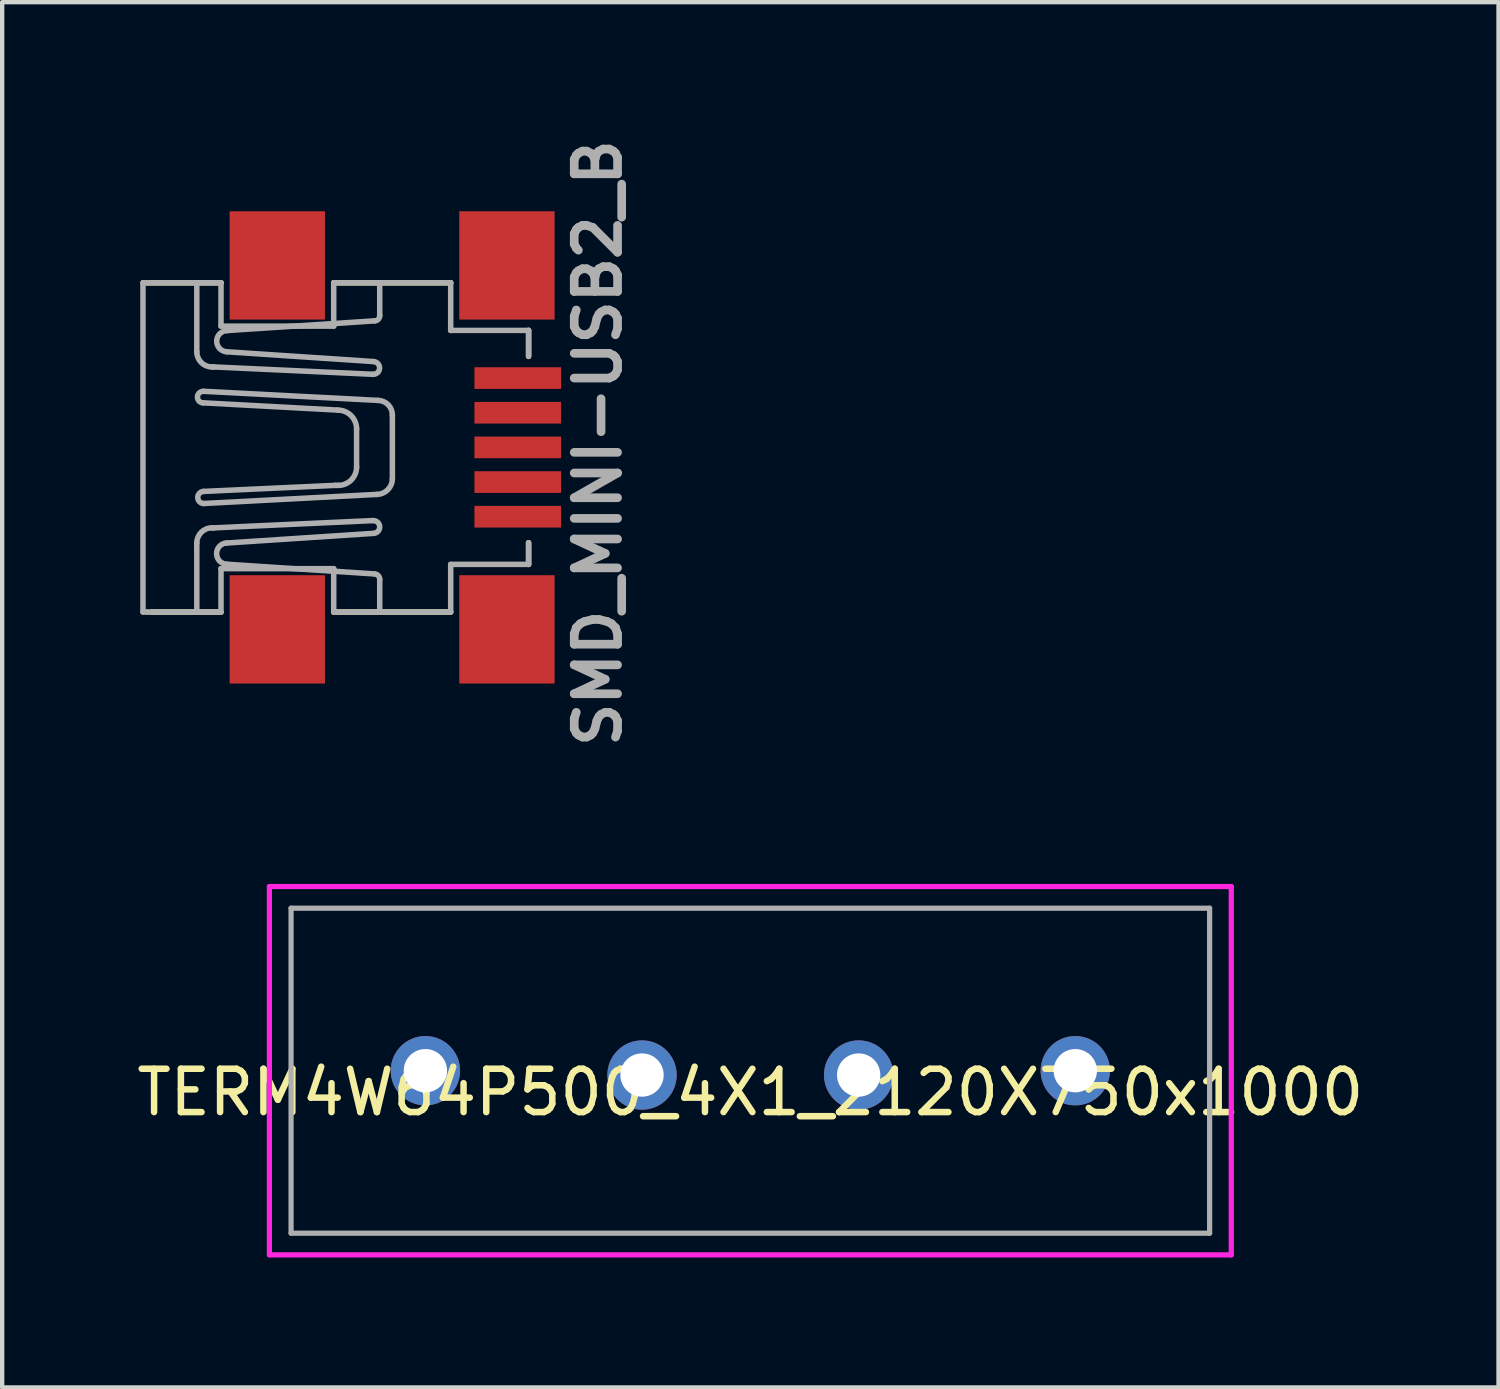
<source format=kicad_pcb>
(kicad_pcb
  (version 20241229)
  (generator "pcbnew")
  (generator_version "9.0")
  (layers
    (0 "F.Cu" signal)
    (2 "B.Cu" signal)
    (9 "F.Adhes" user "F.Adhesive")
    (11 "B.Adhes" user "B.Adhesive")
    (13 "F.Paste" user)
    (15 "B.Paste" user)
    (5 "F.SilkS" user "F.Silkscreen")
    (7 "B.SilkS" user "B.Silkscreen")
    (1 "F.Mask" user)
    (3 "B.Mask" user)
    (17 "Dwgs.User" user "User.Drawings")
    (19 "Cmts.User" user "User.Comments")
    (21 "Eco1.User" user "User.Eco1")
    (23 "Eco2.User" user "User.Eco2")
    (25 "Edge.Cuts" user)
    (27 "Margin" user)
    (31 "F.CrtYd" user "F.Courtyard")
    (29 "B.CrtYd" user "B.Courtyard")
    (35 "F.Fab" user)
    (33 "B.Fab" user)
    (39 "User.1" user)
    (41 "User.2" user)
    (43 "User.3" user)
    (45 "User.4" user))
  (footprint "TERM4W64P500_4X1_2120X750x1000"
    (layer "F.Cu")
    (at 14.268 21.662)
    (property "Reference" "TERM4W64P500_4X1_2120X750x1000" (at 0 0.5 0) (layer "F.SilkS") (effects (font (size 1 1) (thickness 0.15))))
    (attr through_hole)
    (fp_line (start -11.1 -4.25) (end -11.1 4.25) (stroke (width 0.12) (type solid)) (layer "F.CrtYd"))
    (fp_line (start -11.1 4.25) (end 11.1 4.25) (stroke (width 0.12) (type solid)) (layer "F.CrtYd"))
    (fp_line (start 11.1 -4.25) (end -11.1 -4.25) (stroke (width 0.12) (type solid)) (layer "F.CrtYd"))
    (fp_line (start 11.1 4.25) (end 11.1 -4.25) (stroke (width 0.12) (type solid)) (layer "F.CrtYd"))
    (fp_line (start -10.6 -3.75) (end -10.6 3.75) (stroke (width 0.12) (type solid)) (layer "F.Fab"))
    (fp_line (start -10.6 3.75) (end 10.6 3.75) (stroke (width 0.12) (type solid)) (layer "F.Fab"))
    (fp_line (start 10.6 -3.75) (end -10.6 -3.75) (stroke (width 0.12) (type solid)) (layer "F.Fab"))
    (fp_line (start 10.6 3.75) (end 10.6 -3.75) (stroke (width 0.12) (type solid)) (layer "F.Fab"))
    (pad "1" thru_hole circle (at -7.5 0) (size 1.6 1.6) (drill 1) (layers "*.Cu" "*.Mask"))
    (pad "2" thru_hole circle (at -2.5 0.1) (size 1.6 1.6) (drill 1) (layers "*.Cu" "*.Mask"))
    (pad "3" thru_hole circle (at 2.5 0.1) (size 1.6 1.6) (drill 1) (layers "*.Cu" "*.Mask"))
    (pad "4" thru_hole circle (at 7.5 0) (size 1.6 1.6) (drill 1) (layers "*.Cu" "*.Mask")))
  (footprint "SMD_MINI-USB2_B"
    (layer "F.Cu")
    (at 0.25 7.276)
    (property "Reference" "SMD_MINI-USB2_B" (at 10.501 -0.1 90) (layer "F.Fab") (effects (font (size 1 1) (thickness 0.2))))
    (attr smd)
    (fp_line (start 0.102 -3.8) (end 1.801 -3.8) (stroke (width 0.127) (type solid)) (layer "F.SilkS"))
    (fp_line (start 1.801 3.8) (end 0.201 3.8) (stroke (width 0.127) (type solid)) (layer "F.SilkS"))
    (fp_line (start 4.402 -3.8) (end 7.102 -3.8) (stroke (width 0.127) (type solid)) (layer "F.SilkS"))
    (fp_line (start 7.102 3.8) (end 4.402 3.8) (stroke (width 0.127) (type solid)) (layer "F.SilkS"))
    (fp_line (start 8.9 -2.7) (end 8.9 -2.101) (stroke (width 0.127) (type solid)) (layer "F.SilkS"))
    (fp_line (start 8.9 2.2) (end 8.9 2.7) (stroke (width 0.127) (type solid)) (layer "F.SilkS"))
    (fp_line (start 0 -3.8) (end 0 3.8) (stroke (width 0.127) (type solid)) (layer "F.Fab"))
    (fp_line (start 0 3.8) (end 0.102 3.8) (stroke (width 0.127) (type solid)) (layer "F.Fab"))
    (fp_line (start 0.102 -3.8) (end 0 -3.8) (stroke (width 0.127) (type solid)) (layer "F.Fab"))
    (fp_line (start 0.102 -3.8) (end 1.801 -3.8) (stroke (width 0.127) (type solid)) (layer "F.Fab"))
    (fp_line (start 0.201 3.8) (end 0.102 3.8) (stroke (width 0.127) (type solid)) (layer "F.Fab"))
    (fp_line (start 1.242 -3.749) (end 1.242 -2.207) (stroke (width 0.127) (type solid)) (layer "F.Fab"))
    (fp_line (start 1.242 3.749) (end 1.242 2.207) (stroke (width 0.127) (type solid)) (layer "F.Fab"))
    (fp_line (start 1.382 -1.029) (end 4.496 -0.861) (stroke (width 0.127) (type solid)) (layer "F.Fab"))
    (fp_line (start 1.397 1.295) (end 5.392 1.085) (stroke (width 0.127) (type solid)) (layer "F.Fab"))
    (fp_line (start 1.593 -1.857) (end 1.636 -1.857) (stroke (width 0.127) (type solid)) (layer "F.Fab"))
    (fp_line (start 1.593 1.857) (end 1.636 1.857) (stroke (width 0.127) (type solid)) (layer "F.Fab"))
    (fp_line (start 1.636 -1.857) (end 5.309 -1.687) (stroke (width 0.127) (type solid)) (layer "F.Fab"))
    (fp_line (start 1.636 1.857) (end 5.309 1.689) (stroke (width 0.127) (type solid)) (layer "F.Fab"))
    (fp_line (start 1.801 -3.8) (end 1.801 -2.799) (stroke (width 0.127) (type solid)) (layer "F.Fab"))
    (fp_line (start 1.801 -2.799) (end 4.402 -2.799) (stroke (width 0.127) (type solid)) (layer "F.Fab"))
    (fp_line (start 1.801 2.799) (end 1.801 3.8) (stroke (width 0.127) (type solid)) (layer "F.Fab"))
    (fp_line (start 1.801 3.8) (end 0.201 3.8) (stroke (width 0.127) (type solid)) (layer "F.Fab"))
    (fp_line (start 1.943 -2.697) (end 5.349 -2.921) (stroke (width 0.127) (type solid)) (layer "F.Fab"))
    (fp_line (start 1.943 2.697) (end 5.349 2.921) (stroke (width 0.127) (type solid)) (layer "F.Fab"))
    (fp_line (start 4.402 -3.8) (end 7.102 -3.8) (stroke (width 0.127) (type solid)) (layer "F.Fab"))
    (fp_line (start 4.402 -2.799) (end 4.402 -3.8) (stroke (width 0.127) (type solid)) (layer "F.Fab"))
    (fp_line (start 4.402 2.799) (end 1.801 2.799) (stroke (width 0.127) (type solid)) (layer "F.Fab"))
    (fp_line (start 4.402 3.8) (end 4.402 2.799) (stroke (width 0.127) (type solid)) (layer "F.Fab"))
    (fp_line (start 4.44 0.876) (end 1.397 1.016) (stroke (width 0.127) (type solid)) (layer "F.Fab"))
    (fp_line (start 4.508 0.876) (end 4.44 0.876) (stroke (width 0.127) (type solid)) (layer "F.Fab"))
    (fp_line (start 4.93 -0.427) (end 4.93 0.455) (stroke (width 0.127) (type solid)) (layer "F.Fab"))
    (fp_line (start 5.321 -1.981) (end 1.93 -2.207) (stroke (width 0.127) (type solid)) (layer "F.Fab"))
    (fp_line (start 5.321 1.984) (end 1.93 2.207) (stroke (width 0.127) (type solid)) (layer "F.Fab"))
    (fp_line (start 5.42 -1.085) (end 1.397 -1.295) (stroke (width 0.127) (type solid)) (layer "F.Fab"))
    (fp_line (start 5.464 -3.048) (end 5.464 -3.749) (stroke (width 0.127) (type solid)) (layer "F.Fab"))
    (fp_line (start 5.464 3.048) (end 5.464 3.749) (stroke (width 0.127) (type solid)) (layer "F.Fab"))
    (fp_line (start 5.756 0.721) (end 5.756 -0.749) (stroke (width 0.127) (type solid)) (layer "F.Fab"))
    (fp_line (start 7.102 -3.8) (end 7.102 -2.7) (stroke (width 0.127) (type solid)) (layer "F.Fab"))
    (fp_line (start 7.102 -2.7) (end 8.9 -2.7) (stroke (width 0.127) (type solid)) (layer "F.Fab"))
    (fp_line (start 7.102 2.7) (end 7.102 3.8) (stroke (width 0.127) (type solid)) (layer "F.Fab"))
    (fp_line (start 7.102 3.8) (end 4.402 3.8) (stroke (width 0.127) (type solid)) (layer "F.Fab"))
    (fp_line (start 8.9 -2.7) (end 8.9 -2.101) (stroke (width 0.127) (type solid)) (layer "F.Fab"))
    (fp_line (start 8.9 2.2) (end 8.9 2.7) (stroke (width 0.127) (type solid)) (layer "F.Fab"))
    (fp_line (start 8.9 2.7) (end 7.102 2.7) (stroke (width 0.127) (type solid)) (layer "F.Fab"))
    (fp_arc (start 1.24206 2.20726) (mid 1.344509 1.959621) (end 1.591968 1.856741) (stroke (width 0.127) (type solid)) (layer "F.Fab"))
    (fp_arc (start 1.38176 -1.0287) (mid 1.2573 -1.1684) (end 1.397 -1.29286) (stroke (width 0.127) (type solid)) (layer "F.Fab"))
    (fp_arc (start 1.397 1.2954) (mid 1.264716 1.154669) (end 1.399059 1.015903) (stroke (width 0.127) (type solid)) (layer "F.Fab"))
    (fp_arc (start 1.59258 -1.85674) (mid 1.344725 -1.959405) (end 1.24206 -2.20726) (stroke (width 0.127) (type solid)) (layer "F.Fab"))
    (fp_arc (start 1.9304 -2.20726) (mid 1.7014 -2.457181) (end 1.942554 -2.695396) (stroke (width 0.127) (type solid)) (layer "F.Fab"))
    (fp_arc (start 1.9431 2.69748) (mid 1.699338 2.457805) (end 1.9297 2.205223) (stroke (width 0.127) (type solid)) (layer "F.Fab"))
    (fp_arc (start 4.4958 -0.86106) (mid 4.802925 -0.733845) (end 4.93014 -0.42672) (stroke (width 0.127) (type solid)) (layer "F.Fab"))
    (fp_arc (start 4.93014 0.45466) (mid 4.806645 0.752805) (end 4.5085 0.8763) (stroke (width 0.127) (type solid)) (layer "F.Fab"))
    (fp_arc (start 5.3086 1.6891) (mid 5.46352 1.828414) (end 5.324611 1.983698) (stroke (width 0.127) (type solid)) (layer "F.Fab"))
    (fp_arc (start 5.3213 -1.9812) (mid 5.463553 -1.829185) (end 5.311911 -1.686535) (stroke (width 0.127) (type solid)) (layer "F.Fab"))
    (fp_arc (start 5.34924 2.921) (mid 5.432581 2.961381) (end 5.463645 3.048624) (stroke (width 0.127) (type solid)) (layer "F.Fab"))
    (fp_arc (start 5.42036 -1.08458) (mid 5.657232 -0.986586) (end 5.755639 -0.749885) (stroke (width 0.127) (type solid)) (layer "F.Fab"))
    (fp_arc (start 5.46354 -3.048) (mid 5.433851 -2.96028) (end 5.351154 -2.918595) (stroke (width 0.127) (type solid)) (layer "F.Fab"))
    (fp_arc (start 5.75564 0.72136) (mid 5.649255 0.978195) (end 5.39242 1.08458) (stroke (width 0.127) (type solid)) (layer "F.Fab"))
    (pad "1" smd rect (at 8.65 -1.6) (size 2 0.5) (layers "F.Cu" "F.Mask" "F.Paste"))
    (pad "2" smd rect (at 8.65 -0.8) (size 2 0.5) (layers "F.Cu" "F.Mask" "F.Paste"))
    (pad "3" smd rect (at 8.65 0) (size 2 0.5) (layers "F.Cu" "F.Mask" "F.Paste"))
    (pad "4" smd rect (at 8.65 0.8) (size 2 0.5) (layers "F.Cu" "F.Mask" "F.Paste"))
    (pad "5" smd rect (at 8.65 1.6) (size 2 0.5) (layers "F.Cu" "F.Mask" "F.Paste"))
    (pad "6" smd rect (at 3.1 -4.2) (size 2.2 2.5) (layers "F.Cu" "F.Mask" "F.Paste"))
    (pad "6" smd rect (at 3.1 4.2) (size 2.2 2.5) (layers "F.Cu" "F.Mask" "F.Paste"))
    (pad "6" smd rect (at 8.4 -4.2) (size 2.2 2.5) (layers "F.Cu" "F.Mask" "F.Paste"))
    (pad "6" smd rect (at 8.4 4.2) (size 2.2 2.5) (layers "F.Cu" "F.Mask" "F.Paste")))
  (gr_rect
    (start -3 -3)
    (end 31.536 28.972)
    (stroke (width 0.1) (type default))
    (fill no)
    (layer "Edge.Cuts")))
</source>
